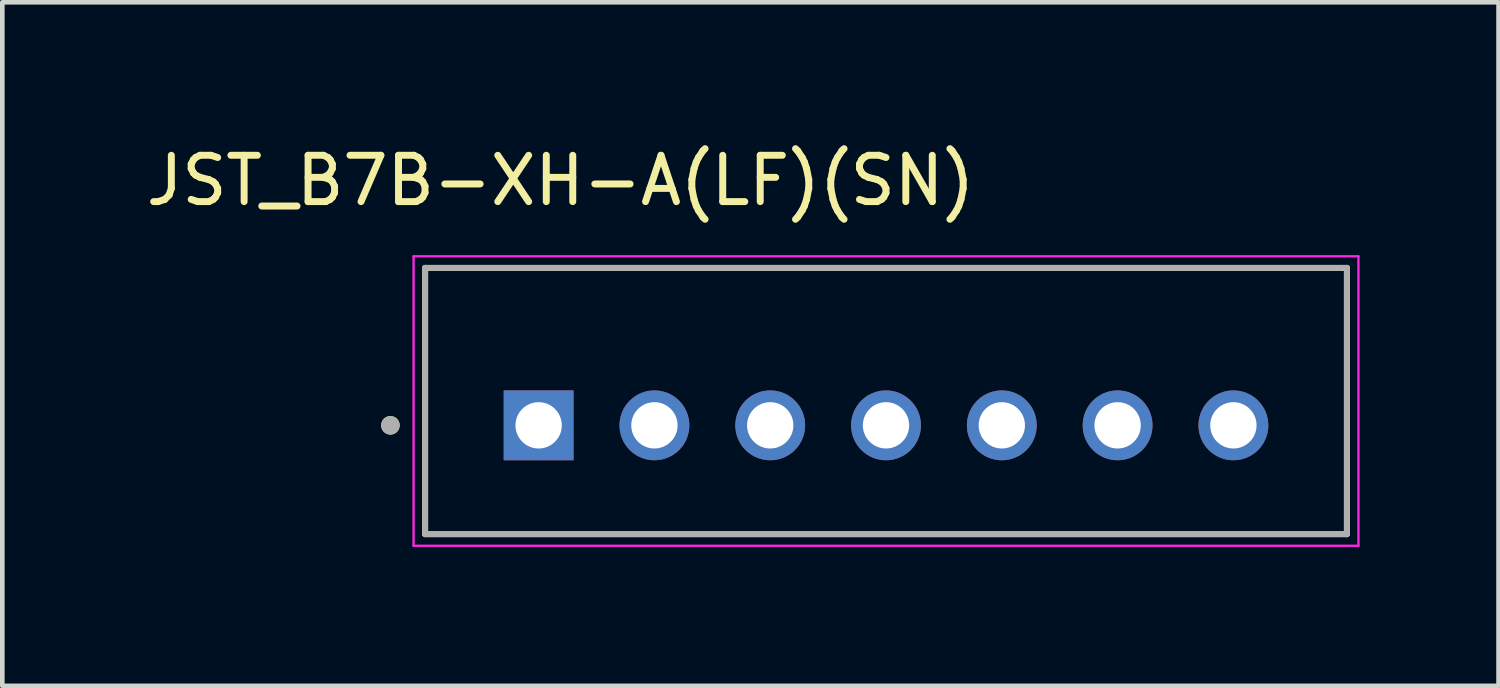
<source format=kicad_pcb>
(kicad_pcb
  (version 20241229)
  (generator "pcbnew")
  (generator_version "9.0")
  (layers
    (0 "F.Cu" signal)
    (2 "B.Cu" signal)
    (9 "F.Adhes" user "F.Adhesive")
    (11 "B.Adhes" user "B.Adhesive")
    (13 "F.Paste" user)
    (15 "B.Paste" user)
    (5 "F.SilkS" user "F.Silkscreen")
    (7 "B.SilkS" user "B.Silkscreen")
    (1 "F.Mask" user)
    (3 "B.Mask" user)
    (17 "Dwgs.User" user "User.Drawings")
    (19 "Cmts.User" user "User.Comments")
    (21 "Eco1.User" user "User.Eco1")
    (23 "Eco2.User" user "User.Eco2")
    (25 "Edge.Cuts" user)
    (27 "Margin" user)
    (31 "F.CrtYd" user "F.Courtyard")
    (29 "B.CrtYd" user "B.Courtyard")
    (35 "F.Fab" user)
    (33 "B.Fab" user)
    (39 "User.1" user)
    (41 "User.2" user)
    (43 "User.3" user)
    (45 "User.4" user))
  (footprint "JST_B7B-XH-A(LF)(SN)"
    (layer "F.Cu")
    (at 16.079 5.608)
    (property "Reference" "JST_B7B-XH-A(LF)(SN)" (at -7.025 -4.76 0) (layer "F.SilkS") (effects (font (size 1 1) (thickness 0.15))))
    (attr through_hole)
    (fp_line (start -9.95 -2.875) (end 9.95 -2.875) (stroke (width 0.127) (type solid)) (layer "F.SilkS"))
    (fp_line (start -9.95 2.875) (end -9.95 -2.875) (stroke (width 0.127) (type solid)) (layer "F.SilkS"))
    (fp_line (start 9.95 -2.875) (end 9.95 2.875) (stroke (width 0.127) (type solid)) (layer "F.SilkS"))
    (fp_line (start 9.95 2.875) (end -9.95 2.875) (stroke (width 0.127) (type solid)) (layer "F.SilkS"))
    (fp_circle (center -10.7 0.525) (end -10.6 0.525) (stroke (width 0.2) (type solid)) (fill no) (layer "F.SilkS"))
    (fp_line (start -10.2 -3.125) (end -10.2 3.125) (stroke (width 0.05) (type solid)) (layer "F.CrtYd"))
    (fp_line (start -10.2 3.125) (end 10.2 3.125) (stroke (width 0.05) (type solid)) (layer "F.CrtYd"))
    (fp_line (start 10.2 -3.125) (end -10.2 -3.125) (stroke (width 0.05) (type solid)) (layer "F.CrtYd"))
    (fp_line (start 10.2 3.125) (end 10.2 -3.125) (stroke (width 0.05) (type solid)) (layer "F.CrtYd"))
    (fp_line (start -9.95 -2.875) (end 9.95 -2.875) (stroke (width 0.127) (type solid)) (layer "F.Fab"))
    (fp_line (start -9.95 2.875) (end -9.95 -2.875) (stroke (width 0.127) (type solid)) (layer "F.Fab"))
    (fp_line (start 9.95 -2.875) (end 9.95 2.875) (stroke (width 0.127) (type solid)) (layer "F.Fab"))
    (fp_line (start 9.95 2.875) (end -9.95 2.875) (stroke (width 0.127) (type solid)) (layer "F.Fab"))
    (fp_circle (center -10.7 0.525) (end -10.6 0.525) (stroke (width 0.2) (type solid)) (fill no) (layer "F.Fab"))
    (pad "1" thru_hole rect (at -7.5 0.525) (size 1.508 1.508) (drill 1) (layers "*.Cu" "*.Mask"))
    (pad "2" thru_hole circle (at -5 0.525) (size 1.508 1.508) (drill 1) (layers "*.Cu" "*.Mask"))
    (pad "3" thru_hole circle (at -2.5 0.525) (size 1.508 1.508) (drill 1) (layers "*.Cu" "*.Mask"))
    (pad "4" thru_hole circle (at 0 0.525) (size 1.508 1.508) (drill 1) (layers "*.Cu" "*.Mask"))
    (pad "5" thru_hole circle (at 2.5 0.525) (size 1.508 1.508) (drill 1) (layers "*.Cu" "*.Mask"))
    (pad "6" thru_hole circle (at 5 0.525) (size 1.508 1.508) (drill 1) (layers "*.Cu" "*.Mask"))
    (pad "7" thru_hole circle (at 7.5 0.525) (size 1.508 1.508) (drill 1) (layers "*.Cu" "*.Mask")))
  (gr_rect
    (start -3 -3)
    (end 29.304 11.758)
    (stroke (width 0.1) (type default))
    (fill no)
    (layer "Edge.Cuts")))
</source>
